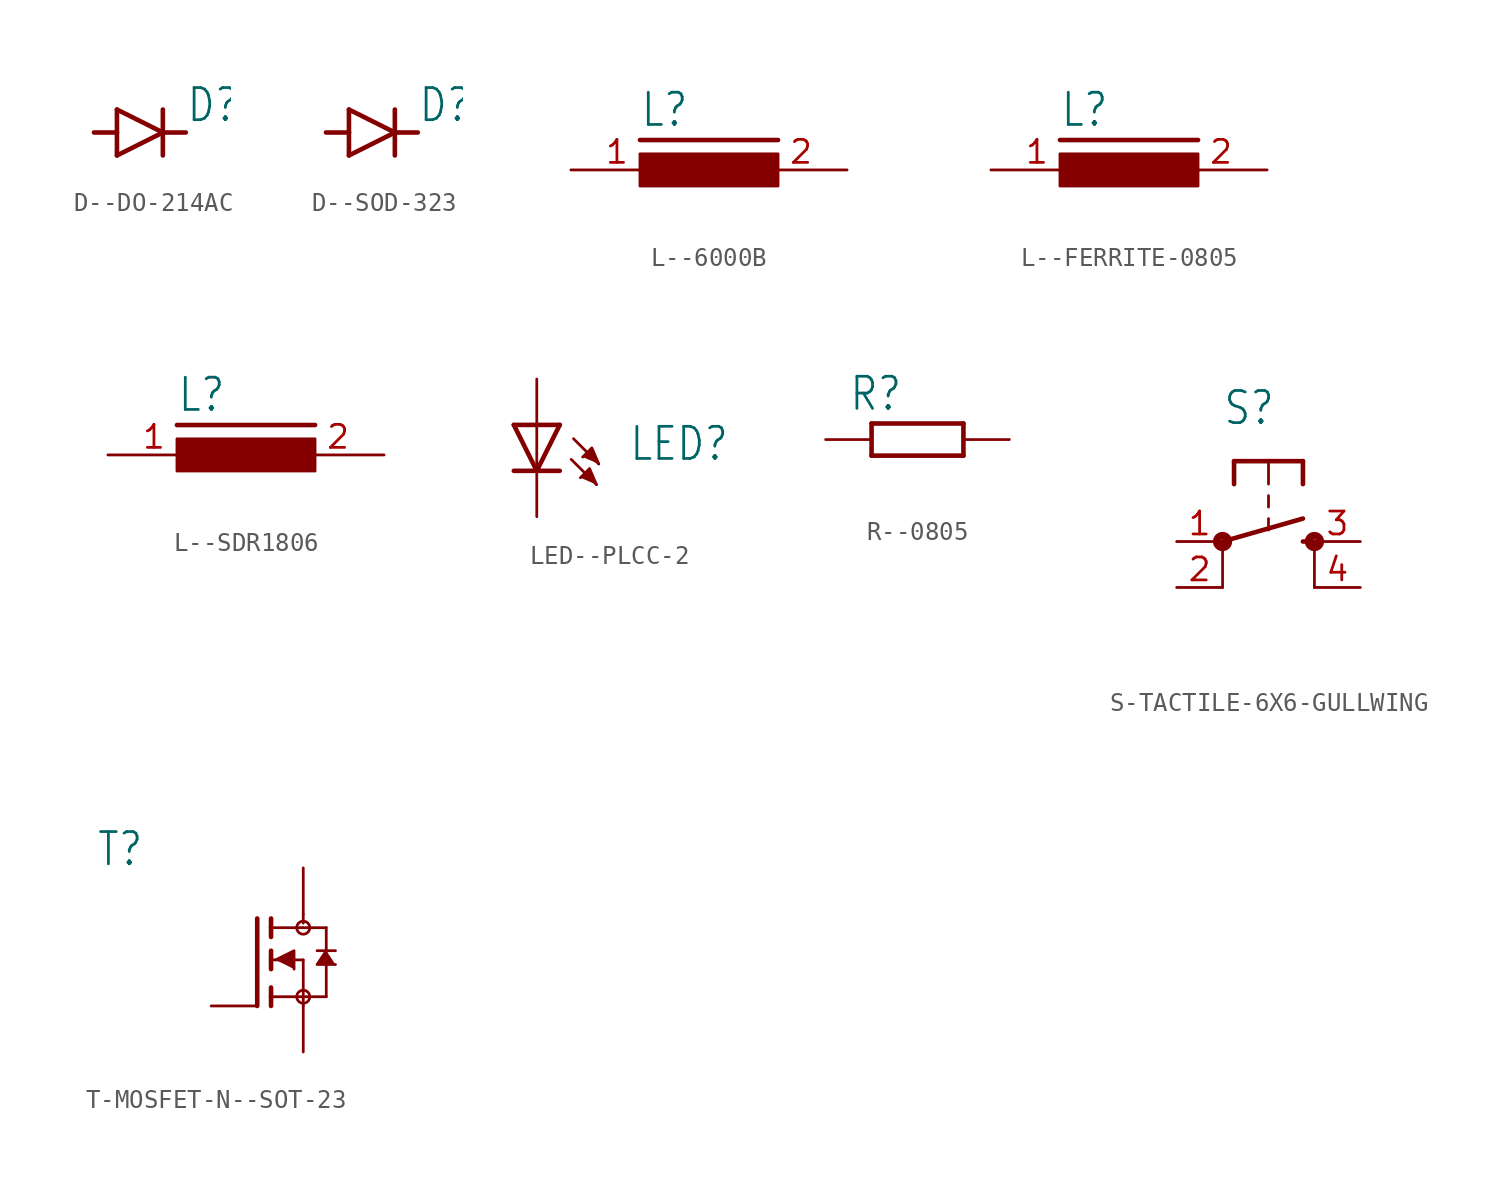
<source format=kicad_sym>
(kicad_symbol_lib
  (version 20231120)
  (generator "kicad_symbol_editor")
  (generator_version "8.0")
  (symbol "D--DO-214AC"
    (property "Reference" "D"
      (at 2.54 0.483 0)
      (effects (font (size 1.778 1.511)) (justify left bottom)))
    (property "Value" ""
      (at 2.54 -2.311 0)
      (effects (font (size 1.778 1.511)) (justify left bottom)))
    (property "ki_locked" ""
      (at 0 0 0)
      (effects (font (size 1.27 1.27))))
    (symbol "D--DO-214AC_1_0"
      (polyline (pts (xy -2.54 0) (xy -1.27 0)) (stroke (width 0.254) (type solid)) (fill (type none)))
      (polyline (pts (xy -1.27 -1.27) (xy 1.27 0)) (stroke (width 0.254) (type solid)) (fill (type none)))
      (polyline (pts (xy -1.27 0) (xy -1.27 -1.27)) (stroke (width 0.254) (type solid)) (fill (type none)))
      (polyline (pts (xy -1.27 1.27) (xy -1.27 0)) (stroke (width 0.254) (type solid)) (fill (type none)))
      (polyline (pts (xy 1.27 0) (xy -1.27 1.27)) (stroke (width 0.254) (type solid)) (fill (type none)))
      (polyline (pts (xy 1.27 0) (xy 1.27 -1.27)) (stroke (width 0.254) (type solid)) (fill (type none)))
      (polyline (pts (xy 1.27 0) (xy 2.54 0)) (stroke (width 0.254) (type solid)) (fill (type none)))
      (polyline (pts (xy 1.27 1.27) (xy 1.27 0)) (stroke (width 0.254) (type solid)) (fill (type none)))
      (pin passive line (at -2.54 0 0) (length 0) (name "A" (effects (font (size 0 0)))) (number "A" (effects (font (size 0 0)))))
      (pin passive line (at 2.54 0 180) (length 0) (name "C" (effects (font (size 0 0)))) (number "C" (effects (font (size 0 0)))))))
  (symbol "D--SOD-323"
    (property "Reference" "D"
      (at 2.54 0.483 0)
      (effects (font (size 1.778 1.511)) (justify left bottom)))
    (property "Value" ""
      (at 2.54 -2.311 0)
      (effects (font (size 1.778 1.511)) (justify left bottom)))
    (property "ki_locked" ""
      (at 0 0 0)
      (effects (font (size 1.27 1.27))))
    (symbol "D--SOD-323_1_0"
      (polyline (pts (xy -2.54 0) (xy -1.27 0)) (stroke (width 0.254) (type solid)) (fill (type none)))
      (polyline (pts (xy -1.27 -1.27) (xy 1.27 0)) (stroke (width 0.254) (type solid)) (fill (type none)))
      (polyline (pts (xy -1.27 0) (xy -1.27 -1.27)) (stroke (width 0.254) (type solid)) (fill (type none)))
      (polyline (pts (xy -1.27 1.27) (xy -1.27 0)) (stroke (width 0.254) (type solid)) (fill (type none)))
      (polyline (pts (xy 1.27 0) (xy -1.27 1.27)) (stroke (width 0.254) (type solid)) (fill (type none)))
      (polyline (pts (xy 1.27 0) (xy 1.27 -1.27)) (stroke (width 0.254) (type solid)) (fill (type none)))
      (polyline (pts (xy 1.27 0) (xy 2.54 0)) (stroke (width 0.254) (type solid)) (fill (type none)))
      (polyline (pts (xy 1.27 1.27) (xy 1.27 0)) (stroke (width 0.254) (type solid)) (fill (type none)))
      (pin passive line (at -2.54 0 0) (length 0) (name "A" (effects (font (size 0 0)))) (number "A" (effects (font (size 0 0)))))
      (pin passive line (at 2.54 0 180) (length 0) (name "C" (effects (font (size 0 0)))) (number "C" (effects (font (size 0 0)))))))
  (symbol "L--6000B"
    (property "Reference" "L"
      (at -3.81 2.286 0)
      (effects (font (size 1.778 1.511)) (justify left bottom)))
    (property "Value" ""
      (at -3.937 -3.048 0)
      (effects (font (size 1.778 1.511)) (justify left bottom)))
    (property "ki_locked" ""
      (at 0 0 0)
      (effects (font (size 1.27 1.27))))
    (symbol "L--6000B_1_0"
      (rectangle (start -3.81 -0.889) (end 3.81 0.889) (stroke (width 0) (type default)) (fill (type outline)))
      (polyline (pts (xy -3.81 1.651) (xy 3.81 1.651)) (stroke (width 0.254) (type solid)) (fill (type none)))
      (pin passive line (at -7.62 0 0) (length 5.08) (name "1" (effects (font (size 0 0)))) (number "1" (effects (font (size 1.27 1.27)))))
      (pin passive line (at 7.62 0 180) (length 5.08) (name "2" (effects (font (size 0 0)))) (number "2" (effects (font (size 1.27 1.27)))))))
  (symbol "L--FERRITE-0805"
    (property "Reference" "L"
      (at -3.81 2.286 0)
      (effects (font (size 1.778 1.511)) (justify left bottom)))
    (property "Value" ""
      (at -3.937 -3.048 0)
      (effects (font (size 1.778 1.511)) (justify left bottom)))
    (property "ki_locked" ""
      (at 0 0 0)
      (effects (font (size 1.27 1.27))))
    (symbol "L--FERRITE-0805_1_0"
      (rectangle (start -3.81 -0.889) (end 3.81 0.889) (stroke (width 0) (type default)) (fill (type outline)))
      (polyline (pts (xy -3.81 1.651) (xy 3.81 1.651)) (stroke (width 0.254) (type solid)) (fill (type none)))
      (pin passive line (at -7.62 0 0) (length 5.08) (name "1" (effects (font (size 0 0)))) (number "1" (effects (font (size 1.27 1.27)))))
      (pin passive line (at 7.62 0 180) (length 5.08) (name "2" (effects (font (size 0 0)))) (number "2" (effects (font (size 1.27 1.27)))))))
  (symbol "L--SDR1806"
    (property "Reference" "L"
      (at -3.81 2.286 0)
      (effects (font (size 1.778 1.511)) (justify left bottom)))
    (property "Value" ""
      (at -3.937 -3.048 0)
      (effects (font (size 1.778 1.511)) (justify left bottom)))
    (property "ki_locked" ""
      (at 0 0 0)
      (effects (font (size 1.27 1.27))))
    (symbol "L--SDR1806_1_0"
      (rectangle (start -3.81 -0.889) (end 3.81 0.889) (stroke (width 0) (type default)) (fill (type outline)))
      (polyline (pts (xy -3.81 1.651) (xy 3.81 1.651)) (stroke (width 0.254) (type solid)) (fill (type none)))
      (pin passive line (at -7.62 0 0) (length 5.08) (name "1" (effects (font (size 0 0)))) (number "1" (effects (font (size 1.27 1.27)))))
      (pin passive line (at 7.62 0 180) (length 5.08) (name "2" (effects (font (size 0 0)))) (number "2" (effects (font (size 1.27 1.27)))))))
  (symbol "LED--PLCC-2"
    (property "Reference" "LED"
      (at 5.08 0 0)
      (effects (font (size 1.778 1.511)) (justify left top)))
    (property "Value" ""
      (at 5.08 -2.54 0)
      (effects (font (size 1.778 1.511)) (justify left top)))
    (property "ki_locked" ""
      (at 0 0 0)
      (effects (font (size 1.27 1.27))))
    (symbol "LED--PLCC-2_1_0"
      (polyline (pts (xy -1.27 -2.54) (xy 0 -2.54)) (stroke (width 0.254) (type solid)) (fill (type none)))
      (polyline (pts (xy -1.27 0) (xy 0 -2.54)) (stroke (width 0.254) (type solid)) (fill (type none)))
      (polyline (pts (xy -1.27 0) (xy 0 0)) (stroke (width 0.254) (type solid)) (fill (type none)))
      (polyline (pts (xy 0 -2.54) (xy 1.27 -2.54)) (stroke (width 0.254) (type solid)) (fill (type none)))
      (polyline (pts (xy 0 -2.54) (xy 1.27 0)) (stroke (width 0.254) (type solid)) (fill (type none)))
      (polyline (pts (xy 0 0) (xy 0 -2.54)) (stroke (width 0.152) (type solid)) (fill (type none)))
      (polyline (pts (xy 0 0) (xy 1.27 0)) (stroke (width 0.254) (type solid)) (fill (type none)))
      (polyline (pts (xy 1.905 -1.905) (xy 3.302 -3.302)) (stroke (width 0.152) (type solid)) (fill (type none)))
      (polyline (pts (xy 2.032 -0.762) (xy 3.429 -2.159)) (stroke (width 0.152) (type solid)) (fill (type none)))
      (polyline (pts (xy 3.302 -3.302) (xy 2.921 -2.413) (xy 2.413 -2.921)) (stroke (width 0.152) (type solid)) (fill (type outline)))
      (polyline (pts (xy 3.429 -2.159) (xy 3.048 -1.27) (xy 2.54 -1.778)) (stroke (width 0.152) (type solid)) (fill (type outline)))
      (pin passive line (at 0 2.54 270) (length 2.54) (name "A" (effects (font (size 0 0)))) (number "A" (effects (font (size 0 0)))))
      (pin passive line (at 0 -5.08 90) (length 2.54) (name "C" (effects (font (size 0 0)))) (number "C" (effects (font (size 0 0)))))))
  (symbol "R--0805"
    (property "Reference" "R"
      (at -3.81 1.499 0)
      (effects (font (size 1.778 1.511)) (justify left bottom)))
    (property "Value" ""
      (at -3.81 -3.302 0)
      (effects (font (size 1.778 1.511)) (justify left bottom)))
    (property "ki_locked" ""
      (at 0 0 0)
      (effects (font (size 1.27 1.27))))
    (symbol "R--0805_1_0"
      (polyline (pts (xy -2.54 -0.889) (xy -2.54 0.889)) (stroke (width 0.254) (type solid)) (fill (type none)))
      (polyline (pts (xy -2.54 -0.889) (xy 2.54 -0.889)) (stroke (width 0.254) (type solid)) (fill (type none)))
      (polyline (pts (xy 2.54 -0.889) (xy 2.54 0.889)) (stroke (width 0.254) (type solid)) (fill (type none)))
      (polyline (pts (xy 2.54 0.889) (xy -2.54 0.889)) (stroke (width 0.254) (type solid)) (fill (type none)))
      (pin passive line (at -5.08 0 0) (length 2.54) (name "1" (effects (font (size 0 0)))) (number "1" (effects (font (size 0 0)))))
      (pin passive line (at 5.08 0 180) (length 2.54) (name "2" (effects (font (size 0 0)))) (number "2" (effects (font (size 0 0)))))))
  (symbol "S-TACTILE-6X6-GULLWING"
    (property "Reference" "S"
      (at -2.54 6.35 0)
      (effects (font (size 1.778 1.511)) (justify left bottom)))
    (property "Value" ""
      (at -2.54 -6.35 0)
      (effects (font (size 1.778 1.511)) (justify left bottom)))
    (property "ki_locked" ""
      (at 0 0 0)
      (effects (font (size 1.27 1.27))))
    (symbol "S-TACTILE-6X6-GULLWING_1_0"
      (circle (center -2.54 0) (radius 0.127) (stroke (width 0.406) (type solid)) (fill (type none)))
      (polyline (pts (xy -2.54 -2.54) (xy -2.54 0)) (stroke (width 0.152) (type solid)) (fill (type none)))
      (polyline (pts (xy -2.54 0) (xy 1.905 1.27)) (stroke (width 0.254) (type solid)) (fill (type none)))
      (polyline (pts (xy -1.905 4.445) (xy -1.905 3.175)) (stroke (width 0.254) (type solid)) (fill (type none)))
      (polyline (pts (xy 0 1.27) (xy 0 0.635)) (stroke (width 0.152) (type solid)) (fill (type none)))
      (polyline (pts (xy 0 2.54) (xy 0 1.905)) (stroke (width 0.152) (type solid)) (fill (type none)))
      (polyline (pts (xy 0 4.445) (xy -1.905 4.445)) (stroke (width 0.254) (type solid)) (fill (type none)))
      (polyline (pts (xy 0 4.445) (xy 0 3.175)) (stroke (width 0.152) (type solid)) (fill (type none)))
      (polyline (pts (xy 1.905 0) (xy 2.54 0)) (stroke (width 0.254) (type solid)) (fill (type none)))
      (polyline (pts (xy 1.905 4.445) (xy 0 4.445)) (stroke (width 0.254) (type solid)) (fill (type none)))
      (polyline (pts (xy 1.905 4.445) (xy 1.905 3.175)) (stroke (width 0.254) (type solid)) (fill (type none)))
      (polyline (pts (xy 2.54 -2.54) (xy 2.54 0)) (stroke (width 0.152) (type solid)) (fill (type none)))
      (circle (center 2.54 0) (radius 0.127) (stroke (width 0.406) (type solid)) (fill (type none)))
      (pin passive line (at -5.08 0 0) (length 2.54) (name "1" (effects (font (size 0 0)))) (number "1" (effects (font (size 1.27 1.27)))))
      (pin passive line (at -5.08 -2.54 0) (length 2.54) (name "2" (effects (font (size 0 0)))) (number "2" (effects (font (size 1.27 1.27)))))
      (pin passive line (at 5.08 0 180) (length 2.54) (name "3" (effects (font (size 0 0)))) (number "3" (effects (font (size 1.27 1.27)))))
      (pin passive line (at 5.08 -2.54 180) (length 2.54) (name "4" (effects (font (size 0 0)))) (number "4" (effects (font (size 1.27 1.27)))))))
  (symbol "T-MOSFET-N--SOT-23"
    (property "Reference" "T"
      (at -11.43 5.08 0)
      (effects (font (size 1.778 1.511)) (justify left bottom)))
    (property "Value" ""
      (at -11.43 2.54 0)
      (effects (font (size 1.778 1.511)) (justify left bottom)))
    (property "ki_locked" ""
      (at 0 0 0)
      (effects (font (size 1.27 1.27))))
    (symbol "T-MOSFET-N--SOT-23_1_0"
      (circle (center 0 -2.032) (radius 0.359) (stroke (width 0) (type solid)) (fill (type none)))
      (polyline (pts (xy -2.54 2.286) (xy -2.54 -2.54)) (stroke (width 0.254) (type solid)) (fill (type none)))
      (polyline (pts (xy -1.778 -2.032) (xy -1.778 -2.54)) (stroke (width 0.254) (type solid)) (fill (type none)))
      (polyline (pts (xy -1.778 -1.524) (xy -1.778 -2.032)) (stroke (width 0.254) (type solid)) (fill (type none)))
      (polyline (pts (xy -1.778 0) (xy -1.778 -0.508)) (stroke (width 0.254) (type solid)) (fill (type none)))
      (polyline (pts (xy -1.778 0) (xy 0 0)) (stroke (width 0.152) (type solid)) (fill (type none)))
      (polyline (pts (xy -1.778 0.508) (xy -1.778 0)) (stroke (width 0.254) (type solid)) (fill (type none)))
      (polyline (pts (xy -1.778 1.778) (xy -1.778 1.27)) (stroke (width 0.254) (type solid)) (fill (type none)))
      (polyline (pts (xy -1.778 1.778) (xy 0 1.778)) (stroke (width 0.152) (type solid)) (fill (type none)))
      (polyline (pts (xy -1.778 2.286) (xy -1.778 1.778)) (stroke (width 0.254) (type solid)) (fill (type none)))
      (polyline (pts (xy 0 -2.032) (xy -1.778 -2.032)) (stroke (width 0.152) (type solid)) (fill (type none)))
      (polyline (pts (xy 0 -2.032) (xy 0 -2.54)) (stroke (width 0.152) (type solid)) (fill (type none)))
      (polyline (pts (xy 0 -2.032) (xy 1.27 -2.032)) (stroke (width 0.152) (type solid)) (fill (type none)))
      (polyline (pts (xy 0 0) (xy 0 -2.032)) (stroke (width 0.152) (type solid)) (fill (type none)))
      (polyline (pts (xy 0 1.778) (xy 1.27 1.778)) (stroke (width 0.152) (type solid)) (fill (type none)))
      (polyline (pts (xy 0 2.032) (xy 0 2.54)) (stroke (width 0.152) (type solid)) (fill (type none)))
      (polyline (pts (xy 1.27 0.508) (xy 0.762 0.508)) (stroke (width 0.152) (type solid)) (fill (type none)))
      (polyline (pts (xy 1.27 0.508) (xy 1.27 -2.032)) (stroke (width 0.152) (type solid)) (fill (type none)))
      (polyline (pts (xy 1.27 1.778) (xy 1.27 0.508)) (stroke (width 0.152) (type solid)) (fill (type none)))
      (polyline (pts (xy 1.778 0.508) (xy 1.27 0.508)) (stroke (width 0.152) (type solid)) (fill (type none)))
      (polyline (pts (xy -1.524 0) (xy -0.508 0.508) (xy -0.508 -0.508)) (stroke (width 0.152) (type solid)) (fill (type outline)))
      (polyline (pts (xy 1.27 0.508) (xy 0.762 -0.254) (xy 1.778 -0.254)) (stroke (width 0.152) (type solid)) (fill (type outline)))
      (circle (center 0 1.778) (radius 0.359) (stroke (width 0) (type solid)) (fill (type none)))
      (pin passive line (at -5.08 -2.54 0) (length 2.54) (name "G" (effects (font (size 0 0)))) (number "1" (effects (font (size 0 0)))))
      (pin passive line (at 0 -5.08 90) (length 2.54) (name "S" (effects (font (size 0 0)))) (number "2" (effects (font (size 0 0)))))
      (pin passive line (at 0 5.08 270) (length 2.54) (name "D" (effects (font (size 0 0)))) (number "3" (effects (font (size 0 0))))))))
</source>
